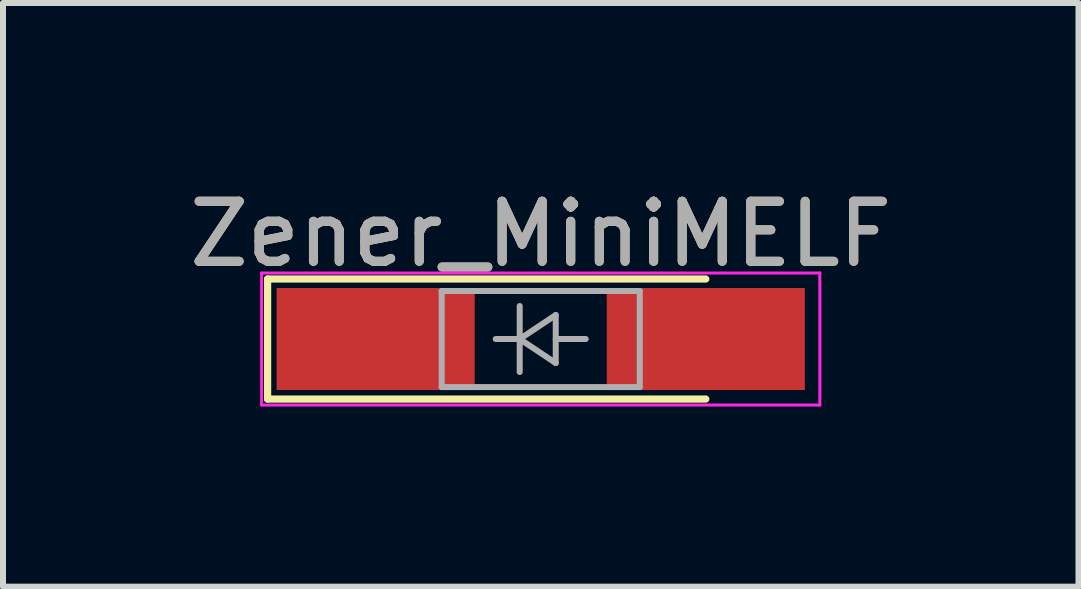
<source format=kicad_pcb>
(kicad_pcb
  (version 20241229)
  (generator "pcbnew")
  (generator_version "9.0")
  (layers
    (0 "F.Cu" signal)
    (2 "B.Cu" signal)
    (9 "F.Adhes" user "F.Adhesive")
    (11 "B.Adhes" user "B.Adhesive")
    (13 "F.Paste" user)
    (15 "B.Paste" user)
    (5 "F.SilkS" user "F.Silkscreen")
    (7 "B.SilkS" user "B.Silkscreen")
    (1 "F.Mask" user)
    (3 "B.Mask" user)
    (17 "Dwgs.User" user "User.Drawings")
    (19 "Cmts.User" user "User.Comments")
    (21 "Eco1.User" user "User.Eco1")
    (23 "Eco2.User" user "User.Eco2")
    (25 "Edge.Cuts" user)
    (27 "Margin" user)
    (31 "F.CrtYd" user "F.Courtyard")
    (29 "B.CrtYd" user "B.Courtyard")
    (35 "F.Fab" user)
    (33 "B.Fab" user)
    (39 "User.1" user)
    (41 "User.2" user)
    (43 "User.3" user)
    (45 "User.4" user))
  (footprint "Zener_MiniMELF"
    (layer "F.Cu")
    (at 5.958 2.598)
    (property "Reference" "Zener_MiniMELF" (at 0 -1.75 0) (layer "F.SilkS") (effects (font (size 1 1) (thickness 0.15))))
    (attr smd)
    (fp_line (start -4.55 -1) (end -4.55 1) (stroke (width 0.12) (type solid)) (layer "F.SilkS"))
    (fp_line (start -4.55 1) (end 2.75 1) (stroke (width 0.12) (type solid)) (layer "F.SilkS"))
    (fp_line (start 2.75 -1) (end -4.55 -1) (stroke (width 0.12) (type solid)) (layer "F.SilkS"))
    (fp_line (start -4.65 -1.1) (end 4.65 -1.1) (stroke (width 0.05) (type solid)) (layer "F.CrtYd"))
    (fp_line (start -4.65 1.1) (end -4.65 -1.1) (stroke (width 0.05) (type solid)) (layer "F.CrtYd"))
    (fp_line (start 4.65 -1.1) (end 4.65 1.1) (stroke (width 0.05) (type solid)) (layer "F.CrtYd"))
    (fp_line (start 4.65 1.1) (end -4.65 1.1) (stroke (width 0.05) (type solid)) (layer "F.CrtYd"))
    (fp_line (start -1.65 -0.8) (end 1.65 -0.8) (stroke (width 0.1) (type solid)) (layer "F.Fab"))
    (fp_line (start -1.65 0.8) (end -1.65 -0.8) (stroke (width 0.1) (type solid)) (layer "F.Fab"))
    (fp_line (start -0.75 0) (end -0.35 0) (stroke (width 0.1) (type solid)) (layer "F.Fab"))
    (fp_line (start -0.35 0) (end -0.35 -0.55) (stroke (width 0.1) (type solid)) (layer "F.Fab"))
    (fp_line (start -0.35 0) (end -0.35 0.55) (stroke (width 0.1) (type solid)) (layer "F.Fab"))
    (fp_line (start -0.35 0) (end 0.25 -0.4) (stroke (width 0.1) (type solid)) (layer "F.Fab"))
    (fp_line (start 0.25 -0.4) (end 0.25 0.4) (stroke (width 0.1) (type solid)) (layer "F.Fab"))
    (fp_line (start 0.25 0) (end 0.75 0) (stroke (width 0.1) (type solid)) (layer "F.Fab"))
    (fp_line (start 0.25 0.4) (end -0.35 0) (stroke (width 0.1) (type solid)) (layer "F.Fab"))
    (fp_line (start 1.65 -0.8) (end 1.65 0.8) (stroke (width 0.1) (type solid)) (layer "F.Fab"))
    (fp_line (start 1.65 0.8) (end -1.65 0.8) (stroke (width 0.1) (type solid)) (layer "F.Fab"))
    (fp_text user "${REFERENCE}" (at 0 -1.75 0) (layer "F.Fab") (effects (font (size 1 1) (thickness 0.15))))
    (pad "1" smd rect (at -2.75 0) (size 3.3 1.7) (layers "F.Cu" "F.Mask" "F.Paste"))
    (pad "2" smd rect (at 2.75 0) (size 3.3 1.7) (layers "F.Cu" "F.Mask" "F.Paste")))
  (gr_rect
    (start -3 -3)
    (end 14.917 6.723)
    (stroke (width 0.1) (type default))
    (fill no)
    (layer "Edge.Cuts")))
</source>
